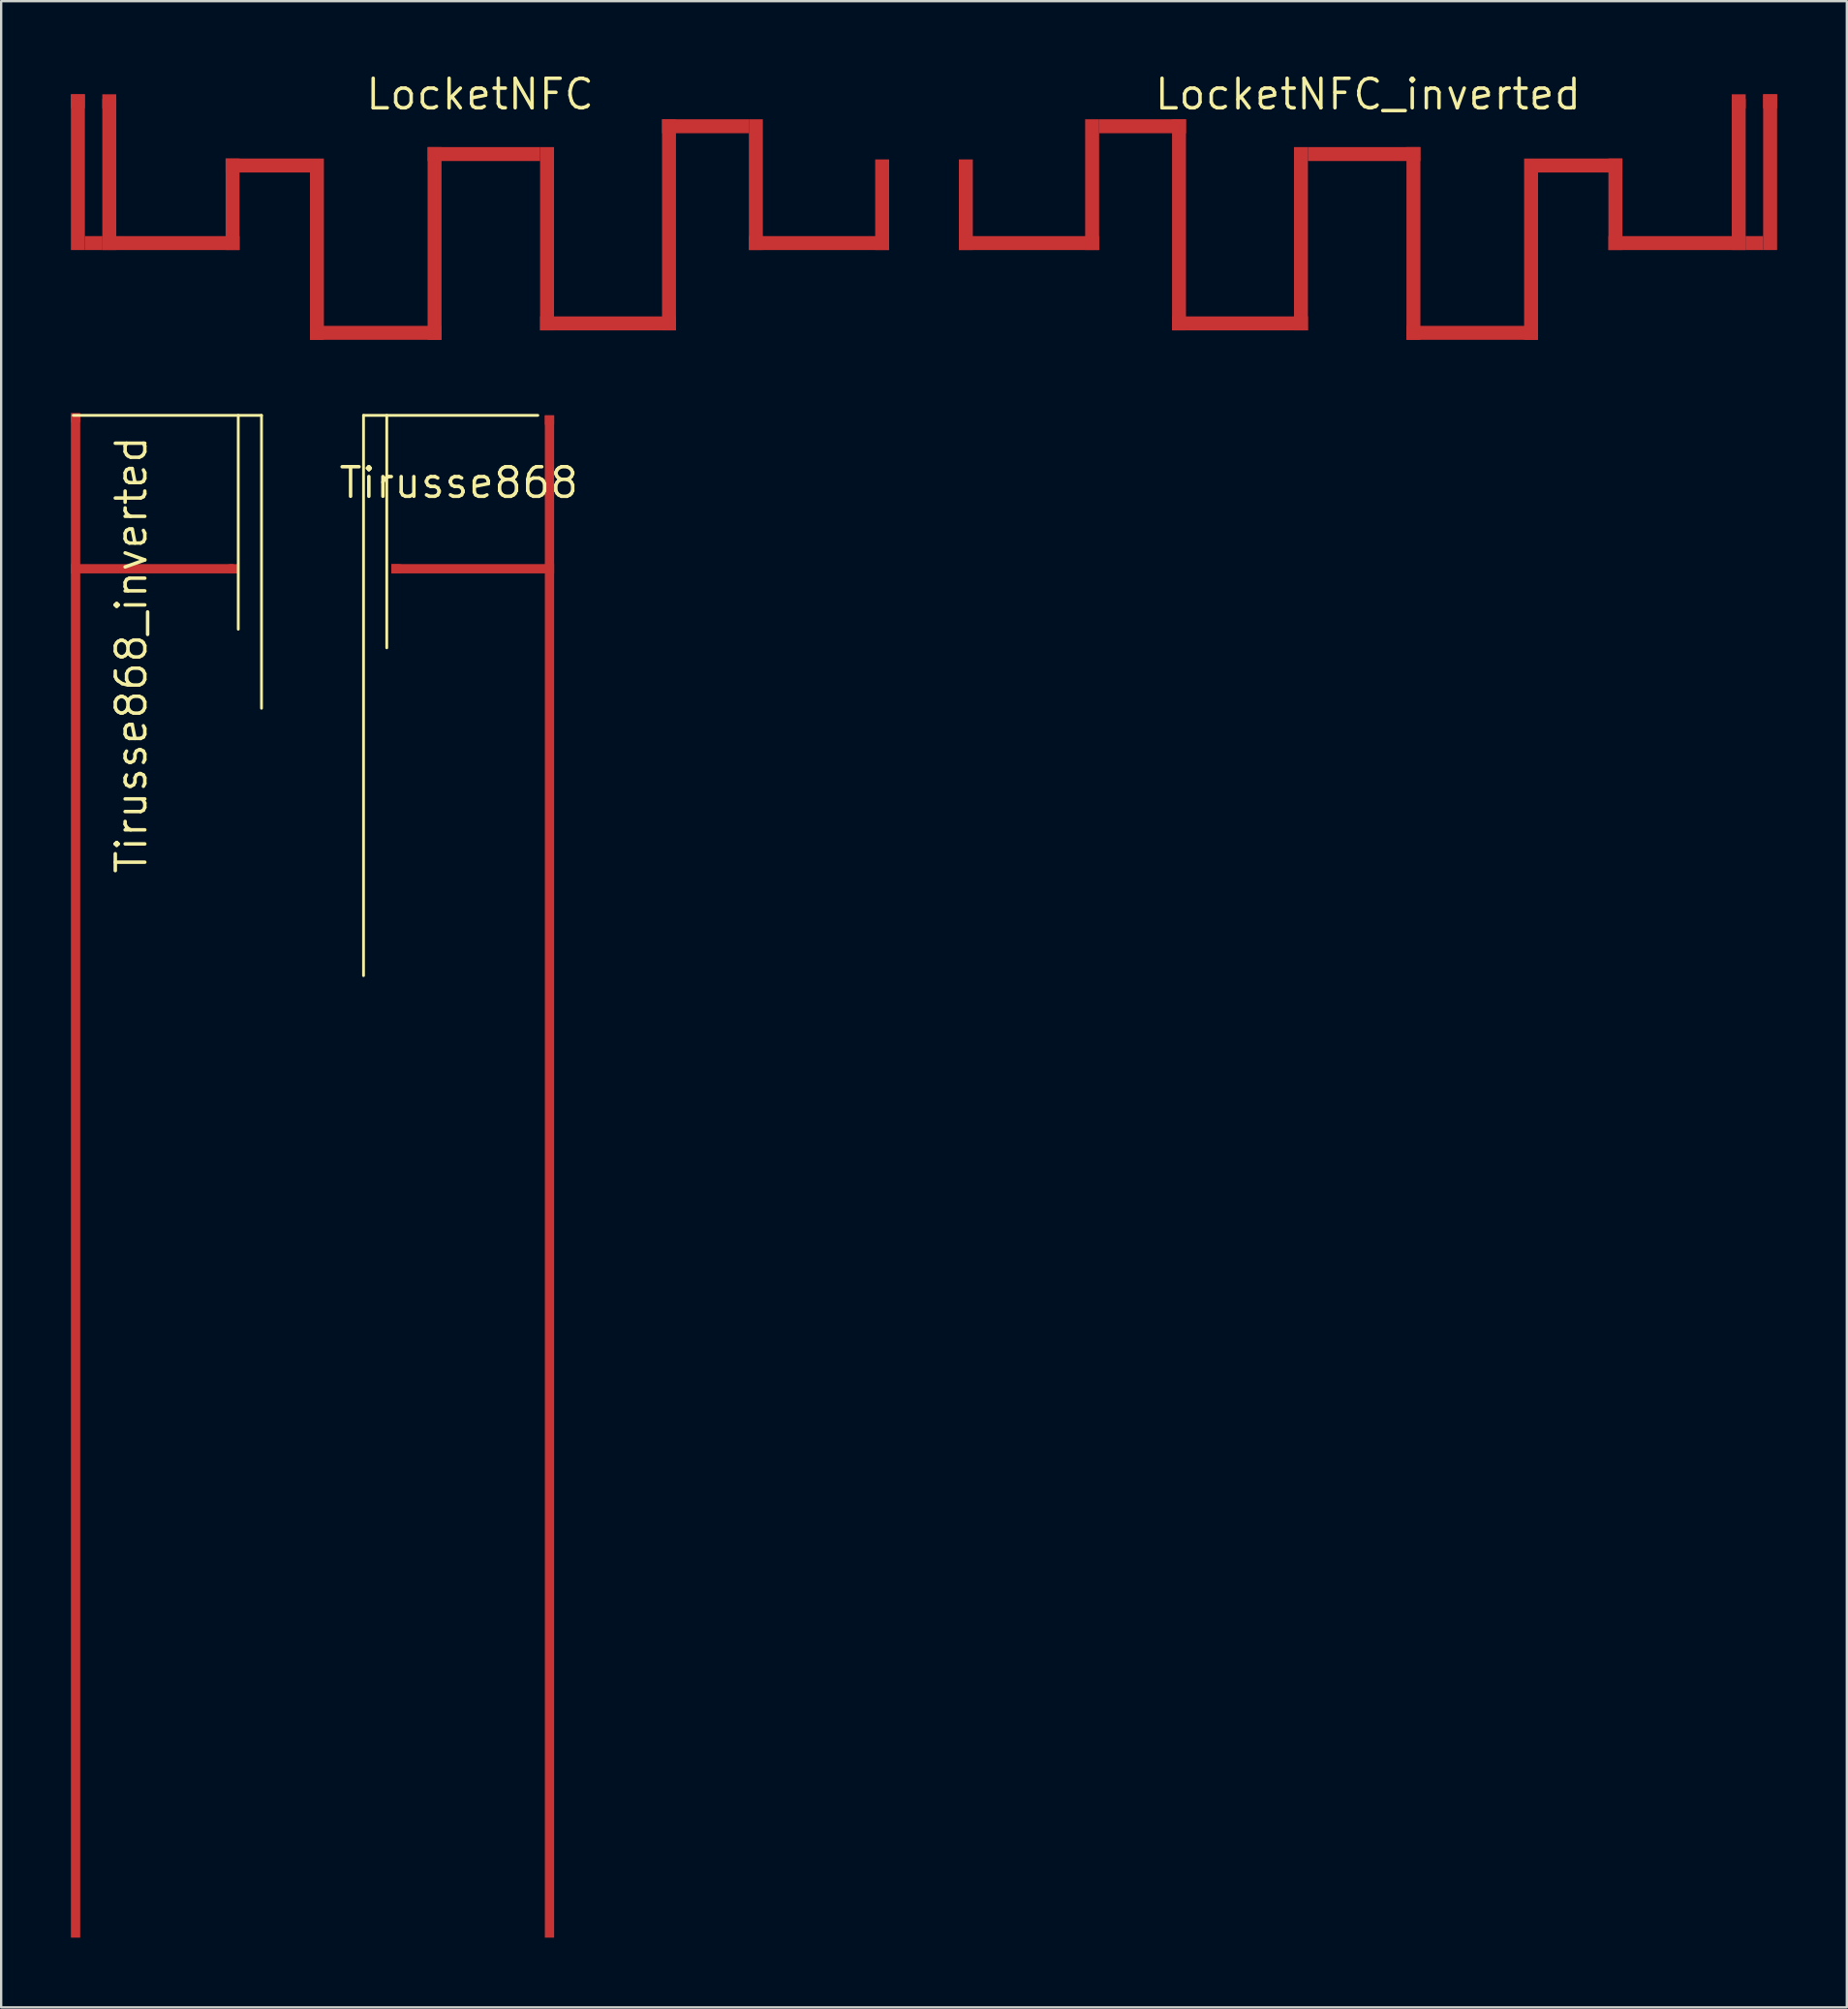
<source format=kicad_pcb>
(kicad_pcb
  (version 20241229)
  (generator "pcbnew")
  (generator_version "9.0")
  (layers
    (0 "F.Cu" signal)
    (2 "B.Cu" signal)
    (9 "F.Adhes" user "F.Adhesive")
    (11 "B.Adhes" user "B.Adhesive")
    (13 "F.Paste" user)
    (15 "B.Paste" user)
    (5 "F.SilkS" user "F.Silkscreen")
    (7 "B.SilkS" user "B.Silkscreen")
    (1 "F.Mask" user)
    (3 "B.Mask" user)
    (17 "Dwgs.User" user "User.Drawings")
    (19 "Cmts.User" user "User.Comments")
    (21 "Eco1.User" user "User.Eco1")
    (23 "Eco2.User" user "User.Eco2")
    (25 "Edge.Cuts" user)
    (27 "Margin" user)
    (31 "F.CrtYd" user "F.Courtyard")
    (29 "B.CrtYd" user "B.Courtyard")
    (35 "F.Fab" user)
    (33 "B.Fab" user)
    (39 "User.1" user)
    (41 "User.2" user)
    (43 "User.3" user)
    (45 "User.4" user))
  (footprint "Tirusse868_inverted"
    (layer "F.Cu")
    (at 8.2 14.817)
    (property "Reference" "Tirusse868_inverted" (at -5.6 10.3 90) (layer "F.SilkS") (effects (font (size 1.27 1.27) (thickness 0.15))))
    (attr through_hole)
    (fp_poly (pts (xy -8.2 0) (xy -7.8 0) (xy -7.8 65.482) (xy -8.2 65.482)) (stroke (width 0.001) (type solid)) (fill yes) (layer "F.Cu"))
    (fp_poly (pts (xy -1.2 6.398) (xy -8.2 6.398) (xy -8.2 6.798) (xy -1.2 6.798)) (stroke (width 0.001) (type solid)) (fill yes) (layer "F.Cu"))
    (fp_line (start -8.1 0) (end 0 0) (stroke (width 0.12) (type default)) (layer "F.SilkS"))
    (fp_line (start -1 0) (end -1 9.2) (stroke (width 0.12) (type default)) (layer "F.SilkS"))
    (fp_line (start 0 0) (end 0 12.6) (stroke (width 0.12) (type default)) (layer "F.SilkS"))
    (pad "1" smd rect (at -1.2 6.6) (size 0.4 0.4) (layers "F.Cu"))
    (pad "2" smd rect (at -8 0.1) (size 0.4 0.4) (layers "F.Cu")))
  (footprint "LocketNFC_inverted"
    (layer "F.Cu")
    (at 55.801 1.006)
    (property "Reference" "LocketNFC_inverted" (at 0 0 0) (layer "F.SilkS") (effects (font (size 1.27 1.27) (thickness 0.15))))
    (attr through_hole)
    (fp_poly (pts (xy -17 6.7) (xy -17.6 6.7) (xy -17.6 2.802) (xy -17 2.802)) (stroke (width 0.001) (type solid)) (fill yes) (layer "F.Cu"))
    (fp_poly (pts (xy -11.567 6.7) (xy -17.6 6.7) (xy -17.6 6.1) (xy -11.567 6.1)) (stroke (width 0.001) (type solid)) (fill yes) (layer "F.Cu"))
    (fp_poly (pts (xy -11.567 6.7) (xy -12.167 6.7) (xy -12.167 1.075) (xy -11.567 1.075)) (stroke (width 0.001) (type solid)) (fill yes) (layer "F.Cu"))
    (fp_poly (pts (xy -7.83 1.075) (xy -11.567 1.075) (xy -11.567 1.675) (xy -7.83 1.675)) (stroke (width 0.001) (type solid)) (fill yes) (layer "F.Cu"))
    (fp_poly (pts (xy -7.83 10.155) (xy -8.43 10.155) (xy -8.43 1.075) (xy -7.83 1.075)) (stroke (width 0.001) (type solid)) (fill yes) (layer "F.Cu"))
    (fp_poly (pts (xy -2.584 10.155) (xy -8.43 10.155) (xy -8.43 9.555) (xy -2.584 9.555)) (stroke (width 0.001) (type solid)) (fill yes) (layer "F.Cu"))
    (fp_poly (pts (xy -2.584 10.155) (xy -3.184 10.155) (xy -3.184 2.271) (xy -2.584 2.271)) (stroke (width 0.001) (type solid)) (fill yes) (layer "F.Cu"))
    (fp_poly (pts (xy 2.255 2.271) (xy -2.584 2.271) (xy -2.584 2.871) (xy 2.255 2.871)) (stroke (width 0.001) (type solid)) (fill yes) (layer "F.Cu"))
    (fp_poly (pts (xy 2.255 10.561) (xy 1.655 10.561) (xy 1.655 2.271) (xy 2.255 2.271)) (stroke (width 0.001) (type solid)) (fill yes) (layer "F.Cu"))
    (fp_poly (pts (xy 7.317 10.561) (xy 1.655 10.561) (xy 1.655 9.961) (xy 7.317 9.961)) (stroke (width 0.001) (type solid)) (fill yes) (layer "F.Cu"))
    (fp_poly (pts (xy 7.317 10.561) (xy 6.717 10.561) (xy 6.717 2.764) (xy 7.317 2.764)) (stroke (width 0.001) (type solid)) (fill yes) (layer "F.Cu"))
    (fp_poly (pts (xy 10.945 2.764) (xy 7.317 2.764) (xy 7.317 3.364) (xy 10.945 3.364)) (stroke (width 0.001) (type solid)) (fill yes) (layer "F.Cu"))
    (fp_poly (pts (xy 10.945 6.7) (xy 10.345 6.7) (xy 10.345 2.764) (xy 10.945 2.764)) (stroke (width 0.001) (type solid)) (fill yes) (layer "F.Cu"))
    (fp_poly (pts (xy 15.649 0.2) (xy 16.249 0.2) (xy 16.249 6.7) (xy 15.649 6.7)) (stroke (width 0.001) (type solid)) (fill yes) (layer "F.Cu"))
    (fp_poly (pts (xy 16.249 6.7) (xy 10.345 6.7) (xy 10.345 6.1) (xy 16.249 6.1)) (stroke (width 0.001) (type solid)) (fill yes) (layer "F.Cu"))
    (fp_poly (pts (xy 16.249 6.7) (xy 17 6.7) (xy 17 6.1) (xy 16.249 6.1)) (stroke (width 0.001) (type solid)) (fill yes) (layer "F.Cu"))
    (fp_poly (pts (xy 17 0) (xy 17.6 0) (xy 17.6 6.7) (xy 17 6.7)) (stroke (width 0.001) (type solid)) (fill yes) (layer "F.Cu"))
    (pad "1" smd rect (at 15.95 0.3) (size 0.6 0.6) (layers "F.Cu"))
    (pad "2" smd rect (at 17.3 0.3) (size 0.6 0.6) (layers "F.Cu")))
  (footprint "Tirusse868"
    (layer "F.Cu")
    (at 12.589 14.817)
    (property "Reference" "Tirusse868" (at 4.1 2.9 0) (layer "F.SilkS") (effects (font (size 1.27 1.27) (thickness 0.15))))
    (attr through_hole)
    (fp_poly (pts (xy 1.2 6.398) (xy 8.2 6.398) (xy 8.2 6.798) (xy 1.2 6.798)) (stroke (width 0.001) (type solid)) (fill yes) (layer "F.Cu"))
    (fp_poly (pts (xy 8.2 0) (xy 7.8 0) (xy 7.8 65.482) (xy 8.2 65.482)) (stroke (width 0.001) (type solid)) (fill yes) (layer "F.Cu"))
    (fp_line (start 0 0) (end 0 24.1) (stroke (width 0.12) (type default)) (layer "F.SilkS"))
    (fp_line (start 0 0) (end 7.5 0) (stroke (width 0.12) (type default)) (layer "F.SilkS"))
    (fp_line (start 1 0) (end 1 10) (stroke (width 0.12) (type default)) (layer "F.SilkS"))
    (pad "1" smd rect (at 1.4 6.6) (size 0.4 0.4) (layers "F.Cu"))
    (pad "2" smd rect (at 8 0.2) (size 0.4 0.4) (layers "F.Cu")))
  (footprint "LocketNFC"
    (layer "F.Cu")
    (at 17.601 1.006)
    (property "Reference" "LocketNFC" (at 0 0 0) (layer "F.SilkS") (effects (font (size 1.27 1.27) (thickness 0.15))))
    (attr through_hole)
    (fp_poly (pts (xy -17 0) (xy -17.6 0) (xy -17.6 6.7) (xy -17 6.7)) (stroke (width 0.001) (type solid)) (fill yes) (layer "F.Cu"))
    (fp_poly (pts (xy -16.249 6.7) (xy -17 6.7) (xy -17 6.1) (xy -16.249 6.1)) (stroke (width 0.001) (type solid)) (fill yes) (layer "F.Cu"))
    (fp_poly (pts (xy -16.249 6.7) (xy -10.345 6.7) (xy -10.345 6.1) (xy -16.249 6.1)) (stroke (width 0.001) (type solid)) (fill yes) (layer "F.Cu"))
    (fp_poly (pts (xy -15.649 0.2) (xy -16.249 0.2) (xy -16.249 6.7) (xy -15.649 6.7)) (stroke (width 0.001) (type solid)) (fill yes) (layer "F.Cu"))
    (fp_poly (pts (xy -10.945 2.764) (xy -7.317 2.764) (xy -7.317 3.364) (xy -10.945 3.364)) (stroke (width 0.001) (type solid)) (fill yes) (layer "F.Cu"))
    (fp_poly (pts (xy -10.945 6.7) (xy -10.345 6.7) (xy -10.345 2.764) (xy -10.945 2.764)) (stroke (width 0.001) (type solid)) (fill yes) (layer "F.Cu"))
    (fp_poly (pts (xy -7.317 10.561) (xy -6.717 10.561) (xy -6.717 2.764) (xy -7.317 2.764)) (stroke (width 0.001) (type solid)) (fill yes) (layer "F.Cu"))
    (fp_poly (pts (xy -7.317 10.561) (xy -1.655 10.561) (xy -1.655 9.961) (xy -7.317 9.961)) (stroke (width 0.001) (type solid)) (fill yes) (layer "F.Cu"))
    (fp_poly (pts (xy -2.255 2.271) (xy 2.584 2.271) (xy 2.584 2.871) (xy -2.255 2.871)) (stroke (width 0.001) (type solid)) (fill yes) (layer "F.Cu"))
    (fp_poly (pts (xy -2.255 10.561) (xy -1.655 10.561) (xy -1.655 2.271) (xy -2.255 2.271)) (stroke (width 0.001) (type solid)) (fill yes) (layer "F.Cu"))
    (fp_poly (pts (xy 2.584 10.155) (xy 3.184 10.155) (xy 3.184 2.271) (xy 2.584 2.271)) (stroke (width 0.001) (type solid)) (fill yes) (layer "F.Cu"))
    (fp_poly (pts (xy 2.584 10.155) (xy 8.43 10.155) (xy 8.43 9.555) (xy 2.584 9.555)) (stroke (width 0.001) (type solid)) (fill yes) (layer "F.Cu"))
    (fp_poly (pts (xy 7.83 1.075) (xy 11.567 1.075) (xy 11.567 1.675) (xy 7.83 1.675)) (stroke (width 0.001) (type solid)) (fill yes) (layer "F.Cu"))
    (fp_poly (pts (xy 7.83 10.155) (xy 8.43 10.155) (xy 8.43 1.075) (xy 7.83 1.075)) (stroke (width 0.001) (type solid)) (fill yes) (layer "F.Cu"))
    (fp_poly (pts (xy 11.567 6.7) (xy 12.167 6.7) (xy 12.167 1.075) (xy 11.567 1.075)) (stroke (width 0.001) (type solid)) (fill yes) (layer "F.Cu"))
    (fp_poly (pts (xy 11.567 6.7) (xy 17.6 6.7) (xy 17.6 6.1) (xy 11.567 6.1)) (stroke (width 0.001) (type solid)) (fill yes) (layer "F.Cu"))
    (fp_poly (pts (xy 17 6.7) (xy 17.6 6.7) (xy 17.6 2.802) (xy 17 2.802)) (stroke (width 0.001) (type solid)) (fill yes) (layer "F.Cu"))
    (pad "1" smd rect (at -15.95 0.3) (size 0.6 0.6) (layers "F.Cu"))
    (pad "2" smd rect (at -17.3 0.3) (size 0.6 0.6) (layers "F.Cu")))
  (gr_rect
    (start -3 -3)
    (end 76.402 83.3)
    (stroke (width 0.1) (type default))
    (fill no)
    (layer "Edge.Cuts")))
</source>
